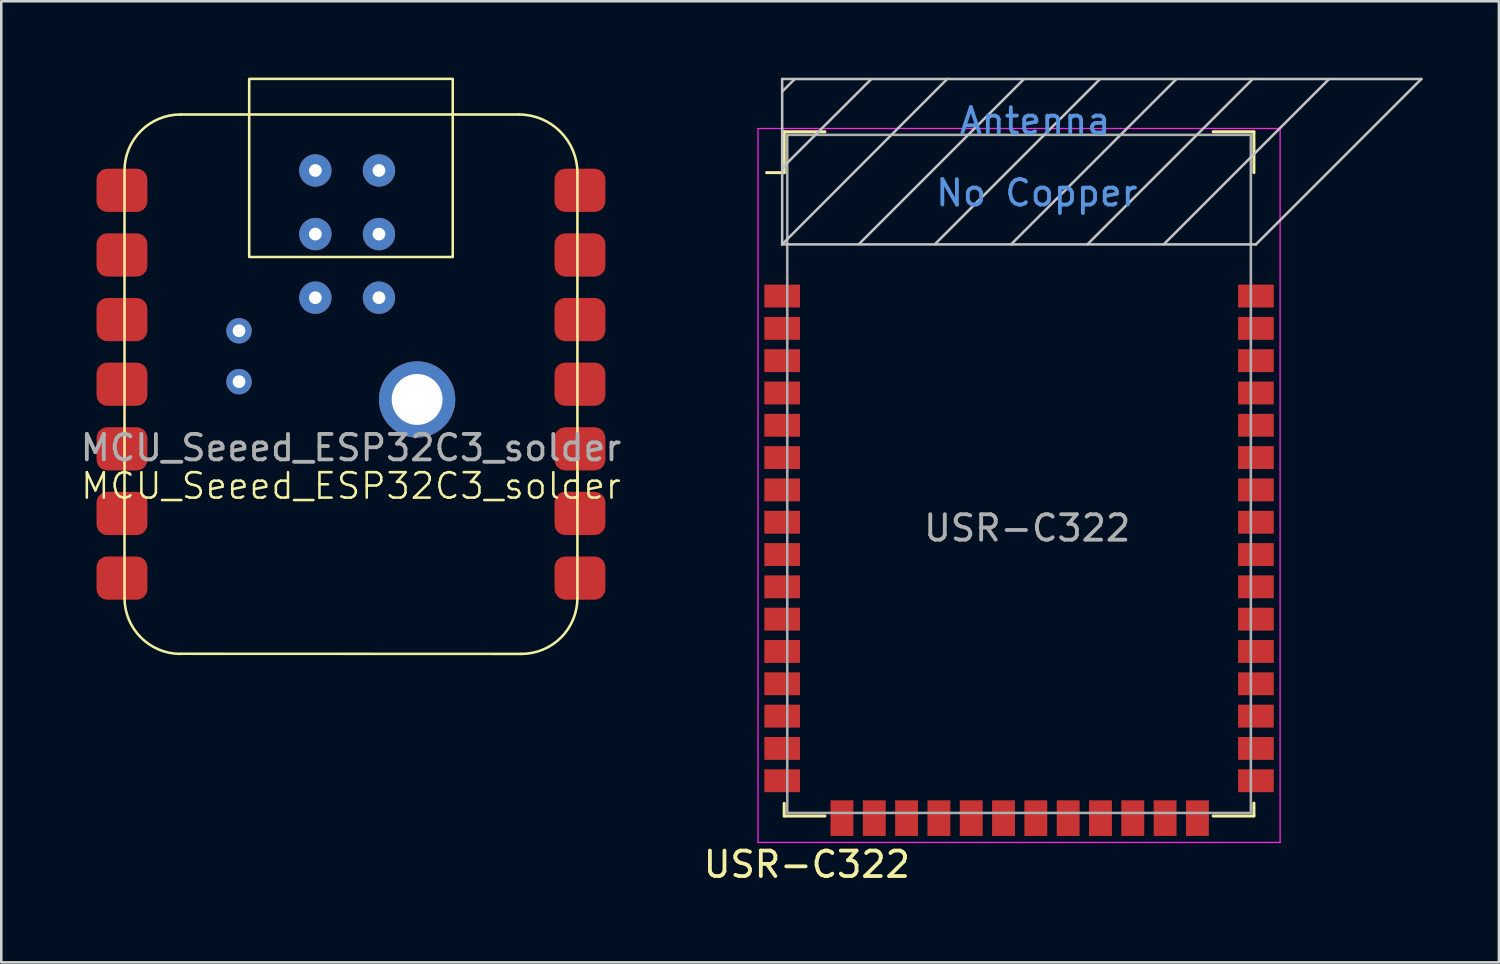
<source format=kicad_pcb>
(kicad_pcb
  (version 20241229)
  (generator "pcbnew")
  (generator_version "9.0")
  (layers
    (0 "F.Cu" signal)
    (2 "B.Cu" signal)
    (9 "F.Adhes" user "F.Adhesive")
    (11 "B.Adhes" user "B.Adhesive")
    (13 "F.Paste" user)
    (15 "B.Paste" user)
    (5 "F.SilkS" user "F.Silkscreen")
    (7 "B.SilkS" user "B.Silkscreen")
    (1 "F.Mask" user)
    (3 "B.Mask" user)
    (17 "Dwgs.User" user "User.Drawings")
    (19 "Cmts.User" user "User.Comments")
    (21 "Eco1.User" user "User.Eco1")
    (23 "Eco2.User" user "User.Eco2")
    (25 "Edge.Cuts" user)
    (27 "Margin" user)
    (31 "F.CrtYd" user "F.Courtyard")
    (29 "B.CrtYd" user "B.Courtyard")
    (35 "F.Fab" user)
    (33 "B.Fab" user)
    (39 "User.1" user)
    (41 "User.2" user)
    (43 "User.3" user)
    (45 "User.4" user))
  (footprint "USR-C322"
    (layer "F.Cu")
    (at 37.001 18.97)
    (property "Reference" "USR-C322" (at -8.34 11.955 0) (layer "F.SilkS") (effects (font (size 1 1) (thickness 0.15))))
    (attr smd)
    (fp_line (start -9.23 -16.84) (end -9.23 -15.235) (stroke (width 0.12) (type solid)) (layer "F.SilkS"))
    (fp_line (start -9.23 -15.235) (end -9.92 -15.235) (stroke (width 0.12) (type solid)) (layer "F.SilkS"))
    (fp_line (start -9.23 9.555) (end -9.23 10.05) (stroke (width 0.12) (type solid)) (layer "F.SilkS"))
    (fp_line (start -9.23 10.05) (end -7.63 10.05) (stroke (width 0.12) (type solid)) (layer "F.SilkS"))
    (fp_line (start -7.63 -16.84) (end -9.23 -16.84) (stroke (width 0.12) (type solid)) (layer "F.SilkS"))
    (fp_line (start 7.63 10.05) (end 9.23 10.05) (stroke (width 0.12) (type solid)) (layer "F.SilkS"))
    (fp_line (start 9.23 -16.84) (end 7.63 -16.84) (stroke (width 0.12) (type solid)) (layer "F.SilkS"))
    (fp_line (start 9.23 -16.835) (end 9.23 -15.235) (stroke (width 0.12) (type solid)) (layer "F.SilkS"))
    (fp_line (start 9.23 10.045) (end 9.23 9.545) (stroke (width 0.12) (type solid)) (layer "F.SilkS"))
    (fp_line (start -9.31 -18.915) (end -9.31 -12.417) (stroke (width 0.1) (type solid)) (layer "Dwgs.User"))
    (fp_line (start -9.31 -18.915) (end 9.31 -18.915) (stroke (width 0.1) (type solid)) (layer "Dwgs.User"))
    (fp_line (start -9.31 -18.42) (end -8.82 -18.91) (stroke (width 0.1) (type solid)) (layer "Dwgs.User"))
    (fp_line (start -9.31 -15.42) (end -5.81 -18.91) (stroke (width 0.1) (type solid)) (layer "Dwgs.User"))
    (fp_line (start -9.31 -12.42) (end -2.82 -18.92) (stroke (width 0.1) (type solid)) (layer "Dwgs.User"))
    (fp_line (start -9.31 -12.415) (end 9.31 -12.415) (stroke (width 0.1) (type solid)) (layer "Dwgs.User"))
    (fp_line (start -6.3 -12.42) (end 0.19 -18.91) (stroke (width 0.1) (type solid)) (layer "Dwgs.User"))
    (fp_line (start -3.31 -12.42) (end 3.18 -18.91) (stroke (width 0.1) (type solid)) (layer "Dwgs.User"))
    (fp_line (start -0.31 -12.42) (end 6.18 -18.91) (stroke (width 0.1) (type solid)) (layer "Dwgs.User"))
    (fp_line (start 2.69 -12.42) (end 9.18 -18.91) (stroke (width 0.1) (type solid)) (layer "Dwgs.User"))
    (fp_line (start 5.69 -12.42) (end 12.18 -18.91) (stroke (width 0.1) (type solid)) (layer "Dwgs.User"))
    (fp_line (start 9.31 -18.915) (end 15.81 -18.915) (stroke (width 0.1) (type solid)) (layer "Dwgs.User"))
    (fp_line (start 9.31 -12.415) (end 15.81 -18.915) (stroke (width 0.1) (type solid)) (layer "Dwgs.User"))
    (fp_line (start -10.26 -16.97) (end -10.26 11.09) (stroke (width 0.05) (type solid)) (layer "F.CrtYd"))
    (fp_line (start -10.26 11.09) (end 10.26 11.09) (stroke (width 0.05) (type solid)) (layer "F.CrtYd"))
    (fp_line (start 10.26 -16.97) (end -10.26 -16.97) (stroke (width 0.05) (type solid)) (layer "F.CrtYd"))
    (fp_line (start 10.26 11.09) (end 10.26 -16.97) (stroke (width 0.05) (type solid)) (layer "F.CrtYd"))
    (fp_line (start -9.11 -16.72) (end 9.11 -16.72) (stroke (width 0.1) (type solid)) (layer "F.Fab"))
    (fp_line (start -9.11 9.93) (end -9.11 -16.72) (stroke (width 0.1) (type solid)) (layer "F.Fab"))
    (fp_line (start 9.11 9.93) (end -9.11 9.93) (stroke (width 0.1) (type solid)) (layer "F.Fab"))
    (fp_line (start 9.11 9.93) (end 9.11 -16.72) (stroke (width 0.1) (type solid)) (layer "F.Fab"))
    (fp_text user "Antenna" (at 0.63 -17.265 0) (layer "Cmts.User") (effects (font (size 1 1) (thickness 0.15))))
    (fp_text user "No Copper" (at 0.7 -14.435 0) (layer "Cmts.User") (effects (font (size 1 1) (thickness 0.15))))
    (fp_text user "${REFERENCE}" (at 0.32 -1.265 0) (layer "F.Fab") (effects (font (size 1 1) (thickness 0.15))))
    (pad "1" smd rect (at -9.31 -10.385) (size 1.4 0.9) (layers "F.Cu" "F.Mask" "F.Paste"))
    (pad "2" smd rect (at -9.31 -9.115) (size 1.4 0.9) (layers "F.Cu" "F.Mask" "F.Paste"))
    (pad "3" smd rect (at -9.31 -7.845) (size 1.4 0.9) (layers "F.Cu" "F.Mask" "F.Paste"))
    (pad "4" smd rect (at -9.31 -6.575) (size 1.4 0.9) (layers "F.Cu" "F.Mask" "F.Paste"))
    (pad "5" smd rect (at -9.31 -5.305) (size 1.4 0.9) (layers "F.Cu" "F.Mask" "F.Paste"))
    (pad "6" smd rect (at -9.31 -4.035) (size 1.4 0.9) (layers "F.Cu" "F.Mask" "F.Paste"))
    (pad "7" smd rect (at -9.31 -2.765) (size 1.4 0.9) (layers "F.Cu" "F.Mask" "F.Paste"))
    (pad "8" smd rect (at -9.31 -1.495) (size 1.4 0.9) (layers "F.Cu" "F.Mask" "F.Paste"))
    (pad "9" smd rect (at -9.31 -0.225) (size 1.4 0.9) (layers "F.Cu" "F.Mask" "F.Paste"))
    (pad "10" smd rect (at -9.31 1.045) (size 1.4 0.9) (layers "F.Cu" "F.Mask" "F.Paste"))
    (pad "11" smd rect (at -9.31 2.315) (size 1.4 0.9) (layers "F.Cu" "F.Mask" "F.Paste"))
    (pad "12" smd rect (at -9.31 3.585) (size 1.4 0.9) (layers "F.Cu" "F.Mask" "F.Paste"))
    (pad "13" smd rect (at -9.31 4.855) (size 1.4 0.9) (layers "F.Cu" "F.Mask" "F.Paste"))
    (pad "14" smd rect (at -9.31 6.125) (size 1.4 0.9) (layers "F.Cu" "F.Mask" "F.Paste"))
    (pad "15" smd rect (at -9.31 7.395) (size 1.4 0.9) (layers "F.Cu" "F.Mask" "F.Paste"))
    (pad "16" smd rect (at -9.31 8.665) (size 1.4 0.9) (layers "F.Cu" "F.Mask" "F.Paste"))
    (pad "17" smd rect (at -6.96 10.135 90) (size 1.4 0.9) (layers "F.Cu" "F.Mask" "F.Paste"))
    (pad "18" smd rect (at -5.69 10.135 90) (size 1.4 0.9) (layers "F.Cu" "F.Mask" "F.Paste"))
    (pad "19" smd rect (at -4.42 10.135 90) (size 1.4 0.9) (layers "F.Cu" "F.Mask" "F.Paste"))
    (pad "20" smd rect (at -3.15 10.135 90) (size 1.4 0.9) (layers "F.Cu" "F.Mask" "F.Paste"))
    (pad "21" smd rect (at -1.88 10.135 90) (size 1.4 0.9) (layers "F.Cu" "F.Mask" "F.Paste"))
    (pad "22" smd rect (at -0.61 10.135 90) (size 1.4 0.9) (layers "F.Cu" "F.Mask" "F.Paste"))
    (pad "23" smd rect (at 0.66 10.135 90) (size 1.4 0.9) (layers "F.Cu" "F.Mask" "F.Paste"))
    (pad "24" smd rect (at 1.93 10.135 90) (size 1.4 0.9) (layers "F.Cu" "F.Mask" "F.Paste"))
    (pad "25" smd rect (at 3.2 10.135 90) (size 1.4 0.9) (layers "F.Cu" "F.Mask" "F.Paste"))
    (pad "26" smd rect (at 4.47 10.135 90) (size 1.4 0.9) (layers "F.Cu" "F.Mask" "F.Paste"))
    (pad "27" smd rect (at 5.74 10.135 90) (size 1.4 0.9) (layers "F.Cu" "F.Mask" "F.Paste"))
    (pad "28" smd rect (at 7.01 10.135 90) (size 1.4 0.9) (layers "F.Cu" "F.Mask" "F.Paste"))
    (pad "29" smd rect (at 9.31 8.665) (size 1.4 0.9) (layers "F.Cu" "F.Mask" "F.Paste"))
    (pad "30" smd rect (at 9.31 7.395) (size 1.4 0.9) (layers "F.Cu" "F.Mask" "F.Paste"))
    (pad "31" smd rect (at 9.31 6.125) (size 1.4 0.9) (layers "F.Cu" "F.Mask" "F.Paste"))
    (pad "32" smd rect (at 9.31 4.855) (size 1.4 0.9) (layers "F.Cu" "F.Mask" "F.Paste"))
    (pad "33" smd rect (at 9.31 3.585) (size 1.4 0.9) (layers "F.Cu" "F.Mask" "F.Paste"))
    (pad "34" smd rect (at 9.31 2.315) (size 1.4 0.9) (layers "F.Cu" "F.Mask" "F.Paste"))
    (pad "35" smd rect (at 9.31 1.045) (size 1.4 0.9) (layers "F.Cu" "F.Mask" "F.Paste"))
    (pad "36" smd rect (at 9.31 -0.225) (size 1.4 0.9) (layers "F.Cu" "F.Mask" "F.Paste"))
    (pad "37" smd rect (at 9.31 -1.495) (size 1.4 0.9) (layers "F.Cu" "F.Mask" "F.Paste"))
    (pad "38" smd rect (at 9.31 -2.765) (size 1.4 0.9) (layers "F.Cu" "F.Mask" "F.Paste"))
    (pad "39" smd rect (at 9.31 -4.035) (size 1.4 0.9) (layers "F.Cu" "F.Mask" "F.Paste"))
    (pad "40" smd rect (at 9.31 -5.305) (size 1.4 0.9) (layers "F.Cu" "F.Mask" "F.Paste"))
    (pad "41" smd rect (at 9.31 -6.575) (size 1.4 0.9) (layers "F.Cu" "F.Mask" "F.Paste"))
    (pad "42" smd rect (at 9.31 -7.845) (size 1.4 0.9) (layers "F.Cu" "F.Mask" "F.Paste"))
    (pad "43" smd rect (at 9.31 -9.115) (size 1.4 0.9) (layers "F.Cu" "F.Mask" "F.Paste"))
    (pad "44" smd rect (at 9.31 -10.385) (size 1.4 0.9) (layers "F.Cu" "F.Mask" "F.Paste")))
  (footprint "MCU_Seeed_ESP32C3_solder"
    (layer "F.Cu")
    (at 10.744 12.05)
    (property "Reference" "MCU_Seeed_ESP32C3_solder" (at 0 4 0) (unlocked yes) (layer "F.SilkS") (effects (font (size 1 1) (thickness 0.1))))
    (attr smd)
    (fp_line (start -8.9 -8.4) (end -8.9 8.4) (stroke (width 0.1) (type default)) (layer "F.SilkS"))
    (fp_line (start -6.706 10.594) (end 6.693 10.6) (stroke (width 0.1) (type default)) (layer "F.SilkS"))
    (fp_line (start 6.6 -10.6) (end -6.7 -10.6) (stroke (width 0.1) (type default)) (layer "F.SilkS"))
    (fp_line (start 8.9 8.4) (end 8.9 -8.3) (stroke (width 0.1) (type default)) (layer "F.SilkS"))
    (fp_rect (start -4 -12) (end 4 -5) (stroke (width 0.1) (type default)) (fill no) (layer "F.SilkS"))
    (fp_arc (start -8.9 -8.4) (mid -8.255635 -9.955635) (end -6.7 -10.6) (stroke (width 0.1) (type default)) (layer "F.SilkS"))
    (fp_arc (start -6.706516 10.59999) (mid -8.257937 9.953329) (end -8.9 8.4) (stroke (width 0.1) (type default)) (layer "F.SilkS"))
    (fp_arc (start 6.6 -10.6) (mid 8.226346 -9.926346) (end 8.9 -8.3) (stroke (width 0.1) (type default)) (layer "F.SilkS"))
    (fp_arc (start 8.9 8.4) (mid 8.253329 9.957937) (end 6.693484 10.59999) (stroke (width 0.1) (type default)) (layer "F.SilkS"))
    (fp_text user "${REFERENCE}" (at 0 2.5 0) (unlocked yes) (layer "F.Fab") (effects (font (size 1 1) (thickness 0.15))))
    (pad "1" smd roundrect (at -9 -7.62) (size 2 1.7) (layers "F.Cu" "F.Mask" "F.Paste") (roundrect_rratio 0.25))
    (pad "2" smd roundrect (at -9 -5.08) (size 2 1.7) (layers "F.Cu" "F.Mask" "F.Paste") (roundrect_rratio 0.25))
    (pad "3" smd roundrect (at -9 -2.54) (size 2 1.7) (layers "F.Cu" "F.Mask" "F.Paste") (roundrect_rratio 0.25))
    (pad "4" smd roundrect (at -9 0) (size 2 1.7) (layers "F.Cu" "F.Mask" "F.Paste") (roundrect_rratio 0.25))
    (pad "5" smd roundrect (at -9 2.54) (size 2 1.7) (layers "F.Cu" "F.Mask" "F.Paste") (roundrect_rratio 0.25))
    (pad "6" smd roundrect (at -9 5.08) (size 2 1.7) (layers "F.Cu" "F.Mask" "F.Paste") (roundrect_rratio 0.25))
    (pad "7" smd roundrect (at -9 7.62) (size 2 1.7) (layers "F.Cu" "F.Mask" "F.Paste") (roundrect_rratio 0.25))
    (pad "8" smd roundrect (at 9 7.62) (size 2 1.7) (layers "F.Cu" "F.Mask" "F.Paste") (roundrect_rratio 0.25))
    (pad "9" smd roundrect (at 9 5.08) (size 2 1.7) (layers "F.Cu" "F.Mask" "F.Paste") (roundrect_rratio 0.25))
    (pad "10" smd roundrect (at 9 2.54) (size 2 1.7) (layers "F.Cu" "F.Mask" "F.Paste") (roundrect_rratio 0.25))
    (pad "11" smd roundrect (at 9 0) (size 2 1.7) (layers "F.Cu" "F.Mask" "F.Paste") (roundrect_rratio 0.25))
    (pad "12" smd roundrect (at 9 -2.54) (size 2 1.7) (layers "F.Cu" "F.Mask" "F.Paste") (roundrect_rratio 0.25))
    (pad "13" smd roundrect (at 9 -5.08) (size 2 1.7) (layers "F.Cu" "F.Mask" "F.Paste") (roundrect_rratio 0.25))
    (pad "14" smd roundrect (at 9 -7.62) (size 2 1.7) (layers "F.Cu" "F.Mask" "F.Paste") (roundrect_rratio 0.25))
    (pad "15" thru_hole circle (at 2.6 0.6) (size 3 3) (drill 2) (layers "*.Cu" "*.Mask"))
    (pad "16" thru_hole circle (at -4.4 -0.1) (size 1 1) (drill 0.5) (layers "*.Cu" "*.Mask"))
    (pad "17" thru_hole circle (at -4.4 -2.1) (size 1 1) (drill 0.5) (layers "*.Cu" "*.Mask"))
    (pad "19" thru_hole circle (at 1.1 -8.4) (size 1.27 1.27) (drill 0.5) (layers "*.Cu" "*.Mask"))
    (pad "20" thru_hole circle (at 1.1 -5.9) (size 1.27 1.27) (drill 0.5) (layers "*.Cu" "*.Mask"))
    (pad "21" thru_hole circle (at 1.1 -3.4) (size 1.27 1.27) (drill 0.5) (layers "*.Cu" "*.Mask"))
    (pad "22" thru_hole circle (at -1.4 -3.4) (size 1.27 1.27) (drill 0.5) (layers "*.Cu" "*.Mask"))
    (pad "23" thru_hole circle (at -1.4 -5.9) (size 1.27 1.27) (drill 0.5) (layers "*.Cu" "*.Mask"))
    (pad "24" thru_hole circle (at -1.4 -8.4) (size 1.27 1.27) (drill 0.5) (layers "*.Cu" "*.Mask")))
  (gr_rect
    (start -3 -3)
    (end 55.861 34.773)
    (stroke (width 0.1) (type default))
    (fill no)
    (layer "Edge.Cuts")))
</source>
